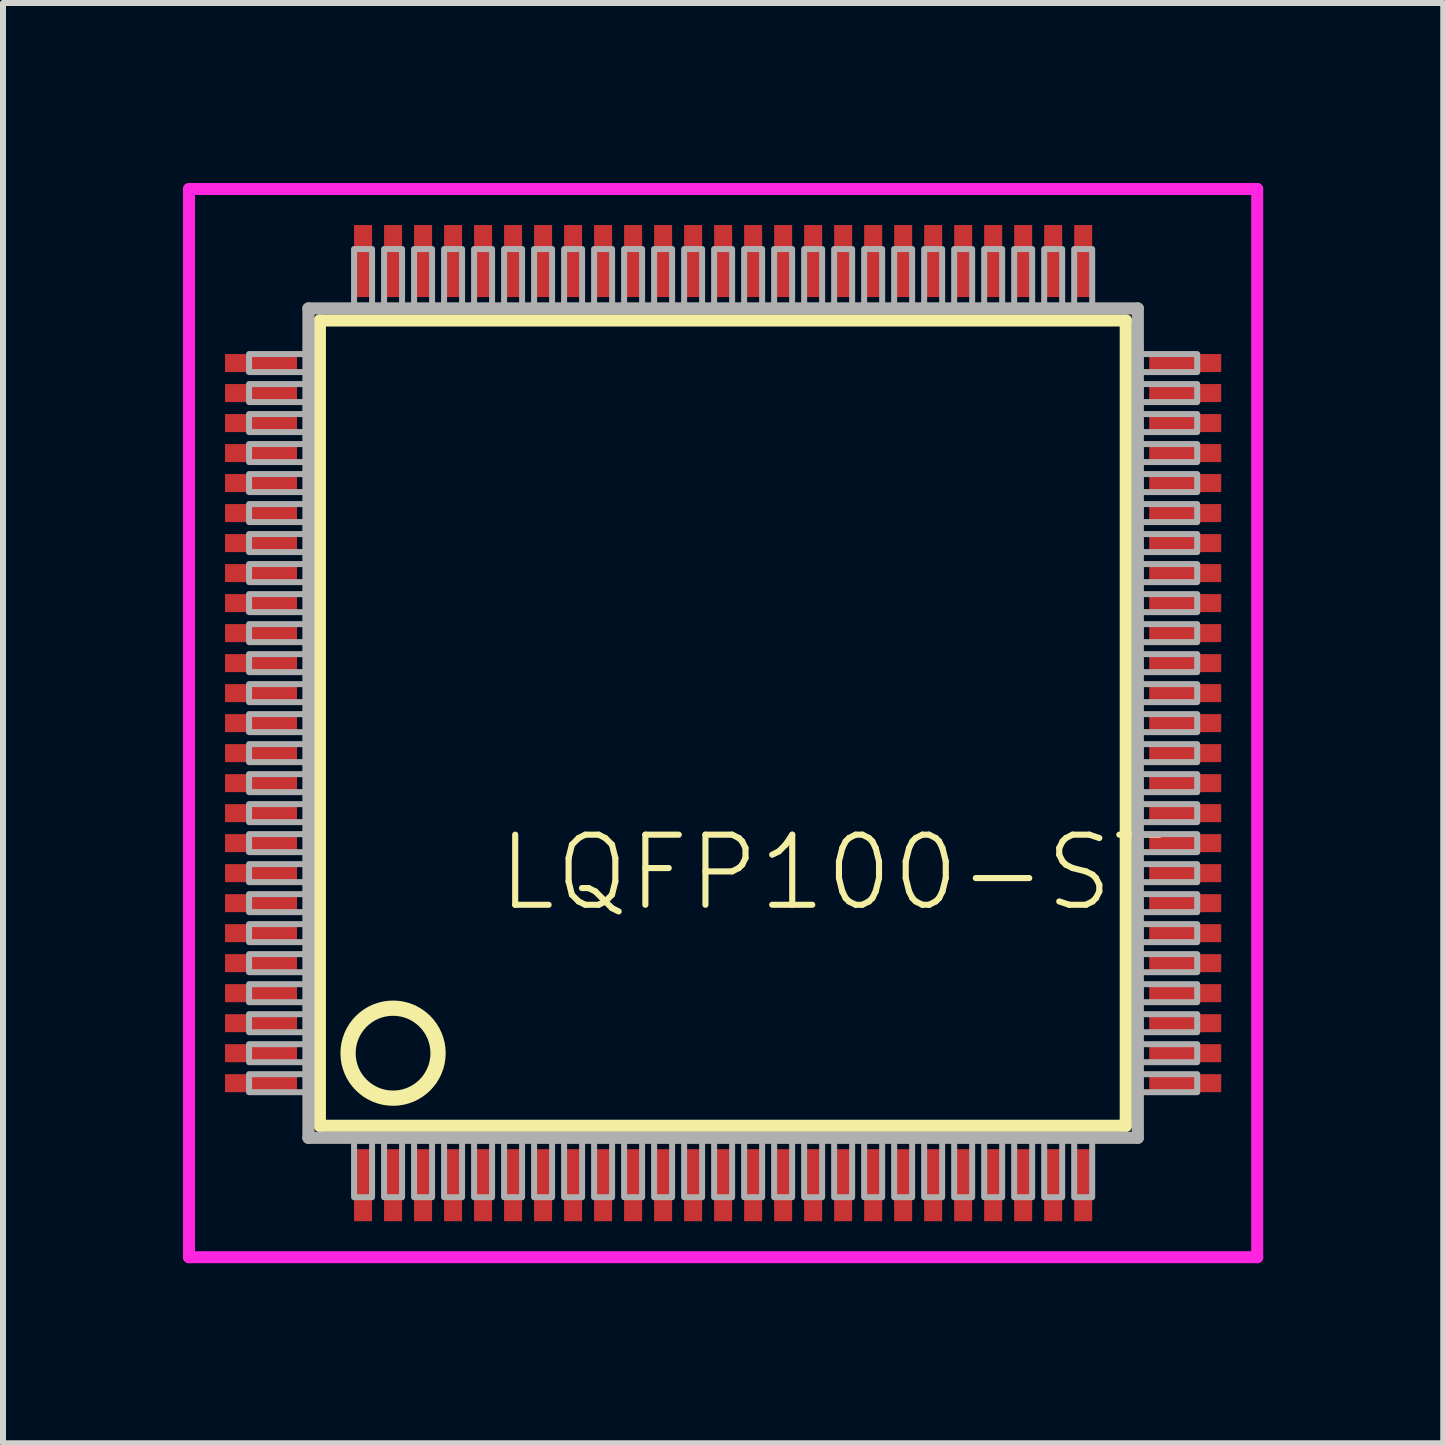
<source format=kicad_pcb>
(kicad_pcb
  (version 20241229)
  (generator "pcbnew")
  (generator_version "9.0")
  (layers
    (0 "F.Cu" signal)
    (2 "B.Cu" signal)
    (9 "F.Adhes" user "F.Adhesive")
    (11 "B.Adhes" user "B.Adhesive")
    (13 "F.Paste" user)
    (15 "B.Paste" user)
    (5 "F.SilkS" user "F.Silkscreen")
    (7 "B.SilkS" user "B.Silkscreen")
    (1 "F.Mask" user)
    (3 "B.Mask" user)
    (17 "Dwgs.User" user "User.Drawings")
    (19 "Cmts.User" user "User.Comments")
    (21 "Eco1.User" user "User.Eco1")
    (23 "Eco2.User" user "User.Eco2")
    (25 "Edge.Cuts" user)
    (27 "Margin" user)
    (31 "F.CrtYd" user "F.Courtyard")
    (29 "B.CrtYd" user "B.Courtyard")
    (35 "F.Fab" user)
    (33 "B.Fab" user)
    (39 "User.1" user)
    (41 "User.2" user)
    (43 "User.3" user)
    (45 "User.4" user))
  (footprint "LQFP100-ST"
    (layer "F.Cu")
    (at 9 9)
    (property "Reference" "LQFP100-ST" (at -3.81 3.175 0) (unlocked yes) (layer "F.SilkS") (effects (font (size 1.168 1.168) (thickness 0.102)) (justify left bottom)))
    (fp_poly (pts (xy -7.05 -5.8) (xy -7.05 -6.2) (xy -8.35 -6.2) (xy -8.35 -5.8)) (stroke (width 0) (type default)) (fill yes) (layer "F.Mask"))
    (fp_poly (pts (xy -7.05 -5.3) (xy -7.05 -5.7) (xy -8.35 -5.7) (xy -8.35 -5.3)) (stroke (width 0) (type default)) (fill yes) (layer "F.Mask"))
    (fp_poly (pts (xy -7.05 -4.8) (xy -7.05 -5.2) (xy -8.35 -5.2) (xy -8.35 -4.8)) (stroke (width 0) (type default)) (fill yes) (layer "F.Mask"))
    (fp_poly (pts (xy -7.05 -4.3) (xy -7.05 -4.7) (xy -8.35 -4.7) (xy -8.35 -4.3)) (stroke (width 0) (type default)) (fill yes) (layer "F.Mask"))
    (fp_poly (pts (xy -7.05 -3.8) (xy -7.05 -4.2) (xy -8.35 -4.2) (xy -8.35 -3.8)) (stroke (width 0) (type default)) (fill yes) (layer "F.Mask"))
    (fp_poly (pts (xy -7.05 -3.3) (xy -7.05 -3.7) (xy -8.35 -3.7) (xy -8.35 -3.3)) (stroke (width 0) (type default)) (fill yes) (layer "F.Mask"))
    (fp_poly (pts (xy -7.05 -2.8) (xy -7.05 -3.2) (xy -8.35 -3.2) (xy -8.35 -2.8)) (stroke (width 0) (type default)) (fill yes) (layer "F.Mask"))
    (fp_poly (pts (xy -7.05 -2.3) (xy -7.05 -2.7) (xy -8.35 -2.7) (xy -8.35 -2.3)) (stroke (width 0) (type default)) (fill yes) (layer "F.Mask"))
    (fp_poly (pts (xy -7.05 -1.8) (xy -7.05 -2.2) (xy -8.35 -2.2) (xy -8.35 -1.8)) (stroke (width 0) (type default)) (fill yes) (layer "F.Mask"))
    (fp_poly (pts (xy -7.05 -1.3) (xy -7.05 -1.7) (xy -8.35 -1.7) (xy -8.35 -1.3)) (stroke (width 0) (type default)) (fill yes) (layer "F.Mask"))
    (fp_poly (pts (xy -7.05 -0.8) (xy -7.05 -1.2) (xy -8.35 -1.2) (xy -8.35 -0.8)) (stroke (width 0) (type default)) (fill yes) (layer "F.Mask"))
    (fp_poly (pts (xy -7.05 -0.3) (xy -7.05 -0.7) (xy -8.35 -0.7) (xy -8.35 -0.3)) (stroke (width 0) (type default)) (fill yes) (layer "F.Mask"))
    (fp_poly (pts (xy -7.05 0.2) (xy -7.05 -0.2) (xy -8.35 -0.2) (xy -8.35 0.2)) (stroke (width 0) (type default)) (fill yes) (layer "F.Mask"))
    (fp_poly (pts (xy -7.05 0.7) (xy -7.05 0.3) (xy -8.35 0.3) (xy -8.35 0.7)) (stroke (width 0) (type default)) (fill yes) (layer "F.Mask"))
    (fp_poly (pts (xy -7.05 1.2) (xy -7.05 0.8) (xy -8.35 0.8) (xy -8.35 1.2)) (stroke (width 0) (type default)) (fill yes) (layer "F.Mask"))
    (fp_poly (pts (xy -7.05 1.7) (xy -7.05 1.3) (xy -8.35 1.3) (xy -8.35 1.7)) (stroke (width 0) (type default)) (fill yes) (layer "F.Mask"))
    (fp_poly (pts (xy -7.05 2.2) (xy -7.05 1.8) (xy -8.35 1.8) (xy -8.35 2.2)) (stroke (width 0) (type default)) (fill yes) (layer "F.Mask"))
    (fp_poly (pts (xy -7.05 2.7) (xy -7.05 2.3) (xy -8.35 2.3) (xy -8.35 2.7)) (stroke (width 0) (type default)) (fill yes) (layer "F.Mask"))
    (fp_poly (pts (xy -7.05 3.2) (xy -7.05 2.8) (xy -8.35 2.8) (xy -8.35 3.2)) (stroke (width 0) (type default)) (fill yes) (layer "F.Mask"))
    (fp_poly (pts (xy -7.05 3.7) (xy -7.05 3.3) (xy -8.35 3.3) (xy -8.35 3.7)) (stroke (width 0) (type default)) (fill yes) (layer "F.Mask"))
    (fp_poly (pts (xy -7.05 4.2) (xy -7.05 3.8) (xy -8.35 3.8) (xy -8.35 4.2)) (stroke (width 0) (type default)) (fill yes) (layer "F.Mask"))
    (fp_poly (pts (xy -7.05 4.7) (xy -7.05 4.3) (xy -8.35 4.3) (xy -8.35 4.7)) (stroke (width 0) (type default)) (fill yes) (layer "F.Mask"))
    (fp_poly (pts (xy -7.05 5.2) (xy -7.05 4.8) (xy -8.35 4.8) (xy -8.35 5.2)) (stroke (width 0) (type default)) (fill yes) (layer "F.Mask"))
    (fp_poly (pts (xy -7.05 5.7) (xy -7.05 5.3) (xy -8.35 5.3) (xy -8.35 5.7)) (stroke (width 0) (type default)) (fill yes) (layer "F.Mask"))
    (fp_poly (pts (xy -7.05 6.2) (xy -7.05 5.8) (xy -8.35 5.8) (xy -8.35 6.2)) (stroke (width 0) (type default)) (fill yes) (layer "F.Mask"))
    (fp_poly (pts (xy -6.2 -7.05) (xy -5.8 -7.05) (xy -5.8 -8.35) (xy -6.2 -8.35)) (stroke (width 0) (type default)) (fill yes) (layer "F.Mask"))
    (fp_poly (pts (xy -6.2 8.35) (xy -5.8 8.35) (xy -5.8 7.05) (xy -6.2 7.05)) (stroke (width 0) (type default)) (fill yes) (layer "F.Mask"))
    (fp_poly (pts (xy -5.7 -7.05) (xy -5.3 -7.05) (xy -5.3 -8.35) (xy -5.7 -8.35)) (stroke (width 0) (type default)) (fill yes) (layer "F.Mask"))
    (fp_poly (pts (xy -5.7 8.35) (xy -5.3 8.35) (xy -5.3 7.05) (xy -5.7 7.05)) (stroke (width 0) (type default)) (fill yes) (layer "F.Mask"))
    (fp_poly (pts (xy -5.2 -7.05) (xy -4.8 -7.05) (xy -4.8 -8.35) (xy -5.2 -8.35)) (stroke (width 0) (type default)) (fill yes) (layer "F.Mask"))
    (fp_poly (pts (xy -5.2 8.35) (xy -4.8 8.35) (xy -4.8 7.05) (xy -5.2 7.05)) (stroke (width 0) (type default)) (fill yes) (layer "F.Mask"))
    (fp_poly (pts (xy -4.7 -7.05) (xy -4.3 -7.05) (xy -4.3 -8.35) (xy -4.7 -8.35)) (stroke (width 0) (type default)) (fill yes) (layer "F.Mask"))
    (fp_poly (pts (xy -4.7 8.35) (xy -4.3 8.35) (xy -4.3 7.05) (xy -4.7 7.05)) (stroke (width 0) (type default)) (fill yes) (layer "F.Mask"))
    (fp_poly (pts (xy -4.2 -7.05) (xy -3.8 -7.05) (xy -3.8 -8.35) (xy -4.2 -8.35)) (stroke (width 0) (type default)) (fill yes) (layer "F.Mask"))
    (fp_poly (pts (xy -4.2 8.35) (xy -3.8 8.35) (xy -3.8 7.05) (xy -4.2 7.05)) (stroke (width 0) (type default)) (fill yes) (layer "F.Mask"))
    (fp_poly (pts (xy -3.7 -7.05) (xy -3.3 -7.05) (xy -3.3 -8.35) (xy -3.7 -8.35)) (stroke (width 0) (type default)) (fill yes) (layer "F.Mask"))
    (fp_poly (pts (xy -3.7 8.35) (xy -3.3 8.35) (xy -3.3 7.05) (xy -3.7 7.05)) (stroke (width 0) (type default)) (fill yes) (layer "F.Mask"))
    (fp_poly (pts (xy -3.2 -7.05) (xy -2.8 -7.05) (xy -2.8 -8.35) (xy -3.2 -8.35)) (stroke (width 0) (type default)) (fill yes) (layer "F.Mask"))
    (fp_poly (pts (xy -3.2 8.35) (xy -2.8 8.35) (xy -2.8 7.05) (xy -3.2 7.05)) (stroke (width 0) (type default)) (fill yes) (layer "F.Mask"))
    (fp_poly (pts (xy -2.7 -7.05) (xy -2.3 -7.05) (xy -2.3 -8.35) (xy -2.7 -8.35)) (stroke (width 0) (type default)) (fill yes) (layer "F.Mask"))
    (fp_poly (pts (xy -2.7 8.35) (xy -2.3 8.35) (xy -2.3 7.05) (xy -2.7 7.05)) (stroke (width 0) (type default)) (fill yes) (layer "F.Mask"))
    (fp_poly (pts (xy -2.2 -7.05) (xy -1.8 -7.05) (xy -1.8 -8.35) (xy -2.2 -8.35)) (stroke (width 0) (type default)) (fill yes) (layer "F.Mask"))
    (fp_poly (pts (xy -2.2 8.35) (xy -1.8 8.35) (xy -1.8 7.05) (xy -2.2 7.05)) (stroke (width 0) (type default)) (fill yes) (layer "F.Mask"))
    (fp_poly (pts (xy -1.7 -7.05) (xy -1.3 -7.05) (xy -1.3 -8.35) (xy -1.7 -8.35)) (stroke (width 0) (type default)) (fill yes) (layer "F.Mask"))
    (fp_poly (pts (xy -1.7 8.35) (xy -1.3 8.35) (xy -1.3 7.05) (xy -1.7 7.05)) (stroke (width 0) (type default)) (fill yes) (layer "F.Mask"))
    (fp_poly (pts (xy -1.2 -7.05) (xy -0.8 -7.05) (xy -0.8 -8.35) (xy -1.2 -8.35)) (stroke (width 0) (type default)) (fill yes) (layer "F.Mask"))
    (fp_poly (pts (xy -1.2 8.35) (xy -0.8 8.35) (xy -0.8 7.05) (xy -1.2 7.05)) (stroke (width 0) (type default)) (fill yes) (layer "F.Mask"))
    (fp_poly (pts (xy -0.7 -7.05) (xy -0.3 -7.05) (xy -0.3 -8.35) (xy -0.7 -8.35)) (stroke (width 0) (type default)) (fill yes) (layer "F.Mask"))
    (fp_poly (pts (xy -0.7 8.35) (xy -0.3 8.35) (xy -0.3 7.05) (xy -0.7 7.05)) (stroke (width 0) (type default)) (fill yes) (layer "F.Mask"))
    (fp_poly (pts (xy -0.2 -7.05) (xy 0.2 -7.05) (xy 0.2 -8.35) (xy -0.2 -8.35)) (stroke (width 0) (type default)) (fill yes) (layer "F.Mask"))
    (fp_poly (pts (xy -0.2 8.35) (xy 0.2 8.35) (xy 0.2 7.05) (xy -0.2 7.05)) (stroke (width 0) (type default)) (fill yes) (layer "F.Mask"))
    (fp_poly (pts (xy 0.3 -7.05) (xy 0.7 -7.05) (xy 0.7 -8.35) (xy 0.3 -8.35)) (stroke (width 0) (type default)) (fill yes) (layer "F.Mask"))
    (fp_poly (pts (xy 0.3 8.35) (xy 0.7 8.35) (xy 0.7 7.05) (xy 0.3 7.05)) (stroke (width 0) (type default)) (fill yes) (layer "F.Mask"))
    (fp_poly (pts (xy 0.8 -7.05) (xy 1.2 -7.05) (xy 1.2 -8.35) (xy 0.8 -8.35)) (stroke (width 0) (type default)) (fill yes) (layer "F.Mask"))
    (fp_poly (pts (xy 0.8 8.35) (xy 1.2 8.35) (xy 1.2 7.05) (xy 0.8 7.05)) (stroke (width 0) (type default)) (fill yes) (layer "F.Mask"))
    (fp_poly (pts (xy 1.3 -7.05) (xy 1.7 -7.05) (xy 1.7 -8.35) (xy 1.3 -8.35)) (stroke (width 0) (type default)) (fill yes) (layer "F.Mask"))
    (fp_poly (pts (xy 1.3 8.35) (xy 1.7 8.35) (xy 1.7 7.05) (xy 1.3 7.05)) (stroke (width 0) (type default)) (fill yes) (layer "F.Mask"))
    (fp_poly (pts (xy 1.8 -7.05) (xy 2.2 -7.05) (xy 2.2 -8.35) (xy 1.8 -8.35)) (stroke (width 0) (type default)) (fill yes) (layer "F.Mask"))
    (fp_poly (pts (xy 1.8 8.35) (xy 2.2 8.35) (xy 2.2 7.05) (xy 1.8 7.05)) (stroke (width 0) (type default)) (fill yes) (layer "F.Mask"))
    (fp_poly (pts (xy 2.3 -7.05) (xy 2.7 -7.05) (xy 2.7 -8.35) (xy 2.3 -8.35)) (stroke (width 0) (type default)) (fill yes) (layer "F.Mask"))
    (fp_poly (pts (xy 2.3 8.35) (xy 2.7 8.35) (xy 2.7 7.05) (xy 2.3 7.05)) (stroke (width 0) (type default)) (fill yes) (layer "F.Mask"))
    (fp_poly (pts (xy 2.8 -7.05) (xy 3.2 -7.05) (xy 3.2 -8.35) (xy 2.8 -8.35)) (stroke (width 0) (type default)) (fill yes) (layer "F.Mask"))
    (fp_poly (pts (xy 2.8 8.35) (xy 3.2 8.35) (xy 3.2 7.05) (xy 2.8 7.05)) (stroke (width 0) (type default)) (fill yes) (layer "F.Mask"))
    (fp_poly (pts (xy 3.3 -7.05) (xy 3.7 -7.05) (xy 3.7 -8.35) (xy 3.3 -8.35)) (stroke (width 0) (type default)) (fill yes) (layer "F.Mask"))
    (fp_poly (pts (xy 3.3 8.35) (xy 3.7 8.35) (xy 3.7 7.05) (xy 3.3 7.05)) (stroke (width 0) (type default)) (fill yes) (layer "F.Mask"))
    (fp_poly (pts (xy 3.8 -7.05) (xy 4.2 -7.05) (xy 4.2 -8.35) (xy 3.8 -8.35)) (stroke (width 0) (type default)) (fill yes) (layer "F.Mask"))
    (fp_poly (pts (xy 3.8 8.35) (xy 4.2 8.35) (xy 4.2 7.05) (xy 3.8 7.05)) (stroke (width 0) (type default)) (fill yes) (layer "F.Mask"))
    (fp_poly (pts (xy 4.3 -7.05) (xy 4.7 -7.05) (xy 4.7 -8.35) (xy 4.3 -8.35)) (stroke (width 0) (type default)) (fill yes) (layer "F.Mask"))
    (fp_poly (pts (xy 4.3 8.35) (xy 4.7 8.35) (xy 4.7 7.05) (xy 4.3 7.05)) (stroke (width 0) (type default)) (fill yes) (layer "F.Mask"))
    (fp_poly (pts (xy 4.8 -7.05) (xy 5.2 -7.05) (xy 5.2 -8.35) (xy 4.8 -8.35)) (stroke (width 0) (type default)) (fill yes) (layer "F.Mask"))
    (fp_poly (pts (xy 4.8 8.35) (xy 5.2 8.35) (xy 5.2 7.05) (xy 4.8 7.05)) (stroke (width 0) (type default)) (fill yes) (layer "F.Mask"))
    (fp_poly (pts (xy 5.3 -7.05) (xy 5.7 -7.05) (xy 5.7 -8.35) (xy 5.3 -8.35)) (stroke (width 0) (type default)) (fill yes) (layer "F.Mask"))
    (fp_poly (pts (xy 5.3 8.35) (xy 5.7 8.35) (xy 5.7 7.05) (xy 5.3 7.05)) (stroke (width 0) (type default)) (fill yes) (layer "F.Mask"))
    (fp_poly (pts (xy 5.8 -7.05) (xy 6.2 -7.05) (xy 6.2 -8.35) (xy 5.8 -8.35)) (stroke (width 0) (type default)) (fill yes) (layer "F.Mask"))
    (fp_poly (pts (xy 5.8 8.35) (xy 6.2 8.35) (xy 6.2 7.05) (xy 5.8 7.05)) (stroke (width 0) (type default)) (fill yes) (layer "F.Mask"))
    (fp_poly (pts (xy 8.35 -5.8) (xy 8.35 -6.2) (xy 7.05 -6.2) (xy 7.05 -5.8)) (stroke (width 0) (type default)) (fill yes) (layer "F.Mask"))
    (fp_poly (pts (xy 8.35 -5.3) (xy 8.35 -5.7) (xy 7.05 -5.7) (xy 7.05 -5.3)) (stroke (width 0) (type default)) (fill yes) (layer "F.Mask"))
    (fp_poly (pts (xy 8.35 -4.8) (xy 8.35 -5.2) (xy 7.05 -5.2) (xy 7.05 -4.8)) (stroke (width 0) (type default)) (fill yes) (layer "F.Mask"))
    (fp_poly (pts (xy 8.35 -4.3) (xy 8.35 -4.7) (xy 7.05 -4.7) (xy 7.05 -4.3)) (stroke (width 0) (type default)) (fill yes) (layer "F.Mask"))
    (fp_poly (pts (xy 8.35 -3.8) (xy 8.35 -4.2) (xy 7.05 -4.2) (xy 7.05 -3.8)) (stroke (width 0) (type default)) (fill yes) (layer "F.Mask"))
    (fp_poly (pts (xy 8.35 -3.3) (xy 8.35 -3.7) (xy 7.05 -3.7) (xy 7.05 -3.3)) (stroke (width 0) (type default)) (fill yes) (layer "F.Mask"))
    (fp_poly (pts (xy 8.35 -2.8) (xy 8.35 -3.2) (xy 7.05 -3.2) (xy 7.05 -2.8)) (stroke (width 0) (type default)) (fill yes) (layer "F.Mask"))
    (fp_poly (pts (xy 8.35 -2.3) (xy 8.35 -2.7) (xy 7.05 -2.7) (xy 7.05 -2.3)) (stroke (width 0) (type default)) (fill yes) (layer "F.Mask"))
    (fp_poly (pts (xy 8.35 -1.8) (xy 8.35 -2.2) (xy 7.05 -2.2) (xy 7.05 -1.8)) (stroke (width 0) (type default)) (fill yes) (layer "F.Mask"))
    (fp_poly (pts (xy 8.35 -1.3) (xy 8.35 -1.7) (xy 7.05 -1.7) (xy 7.05 -1.3)) (stroke (width 0) (type default)) (fill yes) (layer "F.Mask"))
    (fp_poly (pts (xy 8.35 -0.8) (xy 8.35 -1.2) (xy 7.05 -1.2) (xy 7.05 -0.8)) (stroke (width 0) (type default)) (fill yes) (layer "F.Mask"))
    (fp_poly (pts (xy 8.35 -0.3) (xy 8.35 -0.7) (xy 7.05 -0.7) (xy 7.05 -0.3)) (stroke (width 0) (type default)) (fill yes) (layer "F.Mask"))
    (fp_poly (pts (xy 8.35 0.2) (xy 8.35 -0.2) (xy 7.05 -0.2) (xy 7.05 0.2)) (stroke (width 0) (type default)) (fill yes) (layer "F.Mask"))
    (fp_poly (pts (xy 8.35 0.7) (xy 8.35 0.3) (xy 7.05 0.3) (xy 7.05 0.7)) (stroke (width 0) (type default)) (fill yes) (layer "F.Mask"))
    (fp_poly (pts (xy 8.35 1.2) (xy 8.35 0.8) (xy 7.05 0.8) (xy 7.05 1.2)) (stroke (width 0) (type default)) (fill yes) (layer "F.Mask"))
    (fp_poly (pts (xy 8.35 1.7) (xy 8.35 1.3) (xy 7.05 1.3) (xy 7.05 1.7)) (stroke (width 0) (type default)) (fill yes) (layer "F.Mask"))
    (fp_poly (pts (xy 8.35 2.2) (xy 8.35 1.8) (xy 7.05 1.8) (xy 7.05 2.2)) (stroke (width 0) (type default)) (fill yes) (layer "F.Mask"))
    (fp_poly (pts (xy 8.35 2.7) (xy 8.35 2.3) (xy 7.05 2.3) (xy 7.05 2.7)) (stroke (width 0) (type default)) (fill yes) (layer "F.Mask"))
    (fp_poly (pts (xy 8.35 3.2) (xy 8.35 2.8) (xy 7.05 2.8) (xy 7.05 3.2)) (stroke (width 0) (type default)) (fill yes) (layer "F.Mask"))
    (fp_poly (pts (xy 8.35 3.7) (xy 8.35 3.3) (xy 7.05 3.3) (xy 7.05 3.7)) (stroke (width 0) (type default)) (fill yes) (layer "F.Mask"))
    (fp_poly (pts (xy 8.35 4.2) (xy 8.35 3.8) (xy 7.05 3.8) (xy 7.05 4.2)) (stroke (width 0) (type default)) (fill yes) (layer "F.Mask"))
    (fp_poly (pts (xy 8.35 4.7) (xy 8.35 4.3) (xy 7.05 4.3) (xy 7.05 4.7)) (stroke (width 0) (type default)) (fill yes) (layer "F.Mask"))
    (fp_poly (pts (xy 8.35 5.2) (xy 8.35 4.8) (xy 7.05 4.8) (xy 7.05 5.2)) (stroke (width 0) (type default)) (fill yes) (layer "F.Mask"))
    (fp_poly (pts (xy 8.35 5.7) (xy 8.35 5.3) (xy 7.05 5.3) (xy 7.05 5.7)) (stroke (width 0) (type default)) (fill yes) (layer "F.Mask"))
    (fp_poly (pts (xy 8.35 6.2) (xy 8.35 5.8) (xy 7.05 5.8) (xy 7.05 6.2)) (stroke (width 0) (type default)) (fill yes) (layer "F.Mask"))
    (fp_line (start -6.72 -6.71) (end 6.71 -6.71) (stroke (width 0.203) (type solid)) (layer "F.SilkS"))
    (fp_line (start -6.72 6.71) (end -6.72 -6.71) (stroke (width 0.203) (type solid)) (layer "F.SilkS"))
    (fp_line (start 6.71 -6.71) (end 6.71 6.71) (stroke (width 0.203) (type solid)) (layer "F.SilkS"))
    (fp_line (start 6.71 6.71) (end -6.72 6.71) (stroke (width 0.203) (type solid)) (layer "F.SilkS"))
    (fp_circle (center -5.5 5.5) (end -4.75 5.5) (stroke (width 0.254) (type solid)) (fill no) (layer "F.SilkS"))
    (fp_poly (pts (xy -7.125 -5.875) (xy -7.125 -6.125) (xy -8.275 -6.125) (xy -8.275 -5.875)) (stroke (width 0) (type default)) (fill yes) (layer "F.Paste"))
    (fp_poly (pts (xy -7.125 -5.375) (xy -7.125 -5.625) (xy -8.275 -5.625) (xy -8.275 -5.375)) (stroke (width 0) (type default)) (fill yes) (layer "F.Paste"))
    (fp_poly (pts (xy -7.125 -4.875) (xy -7.125 -5.125) (xy -8.275 -5.125) (xy -8.275 -4.875)) (stroke (width 0) (type default)) (fill yes) (layer "F.Paste"))
    (fp_poly (pts (xy -7.125 -4.375) (xy -7.125 -4.625) (xy -8.275 -4.625) (xy -8.275 -4.375)) (stroke (width 0) (type default)) (fill yes) (layer "F.Paste"))
    (fp_poly (pts (xy -7.125 -3.875) (xy -7.125 -4.125) (xy -8.275 -4.125) (xy -8.275 -3.875)) (stroke (width 0) (type default)) (fill yes) (layer "F.Paste"))
    (fp_poly (pts (xy -7.125 -3.375) (xy -7.125 -3.625) (xy -8.275 -3.625) (xy -8.275 -3.375)) (stroke (width 0) (type default)) (fill yes) (layer "F.Paste"))
    (fp_poly (pts (xy -7.125 -2.875) (xy -7.125 -3.125) (xy -8.275 -3.125) (xy -8.275 -2.875)) (stroke (width 0) (type default)) (fill yes) (layer "F.Paste"))
    (fp_poly (pts (xy -7.125 -2.375) (xy -7.125 -2.625) (xy -8.275 -2.625) (xy -8.275 -2.375)) (stroke (width 0) (type default)) (fill yes) (layer "F.Paste"))
    (fp_poly (pts (xy -7.125 -1.875) (xy -7.125 -2.125) (xy -8.275 -2.125) (xy -8.275 -1.875)) (stroke (width 0) (type default)) (fill yes) (layer "F.Paste"))
    (fp_poly (pts (xy -7.125 -1.375) (xy -7.125 -1.625) (xy -8.275 -1.625) (xy -8.275 -1.375)) (stroke (width 0) (type default)) (fill yes) (layer "F.Paste"))
    (fp_poly (pts (xy -7.125 -0.875) (xy -7.125 -1.125) (xy -8.275 -1.125) (xy -8.275 -0.875)) (stroke (width 0) (type default)) (fill yes) (layer "F.Paste"))
    (fp_poly (pts (xy -7.125 -0.375) (xy -7.125 -0.625) (xy -8.275 -0.625) (xy -8.275 -0.375)) (stroke (width 0) (type default)) (fill yes) (layer "F.Paste"))
    (fp_poly (pts (xy -7.125 0.125) (xy -7.125 -0.125) (xy -8.275 -0.125) (xy -8.275 0.125)) (stroke (width 0) (type default)) (fill yes) (layer "F.Paste"))
    (fp_poly (pts (xy -7.125 0.625) (xy -7.125 0.375) (xy -8.275 0.375) (xy -8.275 0.625)) (stroke (width 0) (type default)) (fill yes) (layer "F.Paste"))
    (fp_poly (pts (xy -7.125 1.125) (xy -7.125 0.875) (xy -8.275 0.875) (xy -8.275 1.125)) (stroke (width 0) (type default)) (fill yes) (layer "F.Paste"))
    (fp_poly (pts (xy -7.125 1.625) (xy -7.125 1.375) (xy -8.275 1.375) (xy -8.275 1.625)) (stroke (width 0) (type default)) (fill yes) (layer "F.Paste"))
    (fp_poly (pts (xy -7.125 2.125) (xy -7.125 1.875) (xy -8.275 1.875) (xy -8.275 2.125)) (stroke (width 0) (type default)) (fill yes) (layer "F.Paste"))
    (fp_poly (pts (xy -7.125 2.625) (xy -7.125 2.375) (xy -8.275 2.375) (xy -8.275 2.625)) (stroke (width 0) (type default)) (fill yes) (layer "F.Paste"))
    (fp_poly (pts (xy -7.125 3.125) (xy -7.125 2.875) (xy -8.275 2.875) (xy -8.275 3.125)) (stroke (width 0) (type default)) (fill yes) (layer "F.Paste"))
    (fp_poly (pts (xy -7.125 3.625) (xy -7.125 3.375) (xy -8.275 3.375) (xy -8.275 3.625)) (stroke (width 0) (type default)) (fill yes) (layer "F.Paste"))
    (fp_poly (pts (xy -7.125 4.125) (xy -7.125 3.875) (xy -8.275 3.875) (xy -8.275 4.125)) (stroke (width 0) (type default)) (fill yes) (layer "F.Paste"))
    (fp_poly (pts (xy -7.125 4.625) (xy -7.125 4.375) (xy -8.275 4.375) (xy -8.275 4.625)) (stroke (width 0) (type default)) (fill yes) (layer "F.Paste"))
    (fp_poly (pts (xy -7.125 5.125) (xy -7.125 4.875) (xy -8.275 4.875) (xy -8.275 5.125)) (stroke (width 0) (type default)) (fill yes) (layer "F.Paste"))
    (fp_poly (pts (xy -7.125 5.625) (xy -7.125 5.375) (xy -8.275 5.375) (xy -8.275 5.625)) (stroke (width 0) (type default)) (fill yes) (layer "F.Paste"))
    (fp_poly (pts (xy -7.125 6.125) (xy -7.125 5.875) (xy -8.275 5.875) (xy -8.275 6.125)) (stroke (width 0) (type default)) (fill yes) (layer "F.Paste"))
    (fp_poly (pts (xy -6.125 -7.125) (xy -5.875 -7.125) (xy -5.875 -8.275) (xy -6.125 -8.275)) (stroke (width 0) (type default)) (fill yes) (layer "F.Paste"))
    (fp_poly (pts (xy -6.125 8.275) (xy -5.875 8.275) (xy -5.875 7.125) (xy -6.125 7.125)) (stroke (width 0) (type default)) (fill yes) (layer "F.Paste"))
    (fp_poly (pts (xy -5.625 -7.125) (xy -5.375 -7.125) (xy -5.375 -8.275) (xy -5.625 -8.275)) (stroke (width 0) (type default)) (fill yes) (layer "F.Paste"))
    (fp_poly (pts (xy -5.625 8.275) (xy -5.375 8.275) (xy -5.375 7.125) (xy -5.625 7.125)) (stroke (width 0) (type default)) (fill yes) (layer "F.Paste"))
    (fp_poly (pts (xy -5.125 -7.125) (xy -4.875 -7.125) (xy -4.875 -8.275) (xy -5.125 -8.275)) (stroke (width 0) (type default)) (fill yes) (layer "F.Paste"))
    (fp_poly (pts (xy -5.125 8.275) (xy -4.875 8.275) (xy -4.875 7.125) (xy -5.125 7.125)) (stroke (width 0) (type default)) (fill yes) (layer "F.Paste"))
    (fp_poly (pts (xy -4.625 -7.125) (xy -4.375 -7.125) (xy -4.375 -8.275) (xy -4.625 -8.275)) (stroke (width 0) (type default)) (fill yes) (layer "F.Paste"))
    (fp_poly (pts (xy -4.625 8.275) (xy -4.375 8.275) (xy -4.375 7.125) (xy -4.625 7.125)) (stroke (width 0) (type default)) (fill yes) (layer "F.Paste"))
    (fp_poly (pts (xy -4.125 -7.125) (xy -3.875 -7.125) (xy -3.875 -8.275) (xy -4.125 -8.275)) (stroke (width 0) (type default)) (fill yes) (layer "F.Paste"))
    (fp_poly (pts (xy -4.125 8.275) (xy -3.875 8.275) (xy -3.875 7.125) (xy -4.125 7.125)) (stroke (width 0) (type default)) (fill yes) (layer "F.Paste"))
    (fp_poly (pts (xy -3.625 -7.125) (xy -3.375 -7.125) (xy -3.375 -8.275) (xy -3.625 -8.275)) (stroke (width 0) (type default)) (fill yes) (layer "F.Paste"))
    (fp_poly (pts (xy -3.625 8.275) (xy -3.375 8.275) (xy -3.375 7.125) (xy -3.625 7.125)) (stroke (width 0) (type default)) (fill yes) (layer "F.Paste"))
    (fp_poly (pts (xy -3.125 -7.125) (xy -2.875 -7.125) (xy -2.875 -8.275) (xy -3.125 -8.275)) (stroke (width 0) (type default)) (fill yes) (layer "F.Paste"))
    (fp_poly (pts (xy -3.125 8.275) (xy -2.875 8.275) (xy -2.875 7.125) (xy -3.125 7.125)) (stroke (width 0) (type default)) (fill yes) (layer "F.Paste"))
    (fp_poly (pts (xy -2.625 -7.125) (xy -2.375 -7.125) (xy -2.375 -8.275) (xy -2.625 -8.275)) (stroke (width 0) (type default)) (fill yes) (layer "F.Paste"))
    (fp_poly (pts (xy -2.625 8.275) (xy -2.375 8.275) (xy -2.375 7.125) (xy -2.625 7.125)) (stroke (width 0) (type default)) (fill yes) (layer "F.Paste"))
    (fp_poly (pts (xy -2.125 -7.125) (xy -1.875 -7.125) (xy -1.875 -8.275) (xy -2.125 -8.275)) (stroke (width 0) (type default)) (fill yes) (layer "F.Paste"))
    (fp_poly (pts (xy -2.125 8.275) (xy -1.875 8.275) (xy -1.875 7.125) (xy -2.125 7.125)) (stroke (width 0) (type default)) (fill yes) (layer "F.Paste"))
    (fp_poly (pts (xy -1.625 -7.125) (xy -1.375 -7.125) (xy -1.375 -8.275) (xy -1.625 -8.275)) (stroke (width 0) (type default)) (fill yes) (layer "F.Paste"))
    (fp_poly (pts (xy -1.625 8.275) (xy -1.375 8.275) (xy -1.375 7.125) (xy -1.625 7.125)) (stroke (width 0) (type default)) (fill yes) (layer "F.Paste"))
    (fp_poly (pts (xy -1.125 -7.125) (xy -0.875 -7.125) (xy -0.875 -8.275) (xy -1.125 -8.275)) (stroke (width 0) (type default)) (fill yes) (layer "F.Paste"))
    (fp_poly (pts (xy -1.125 8.275) (xy -0.875 8.275) (xy -0.875 7.125) (xy -1.125 7.125)) (stroke (width 0) (type default)) (fill yes) (layer "F.Paste"))
    (fp_poly (pts (xy -0.625 -7.125) (xy -0.375 -7.125) (xy -0.375 -8.275) (xy -0.625 -8.275)) (stroke (width 0) (type default)) (fill yes) (layer "F.Paste"))
    (fp_poly (pts (xy -0.625 8.275) (xy -0.375 8.275) (xy -0.375 7.125) (xy -0.625 7.125)) (stroke (width 0) (type default)) (fill yes) (layer "F.Paste"))
    (fp_poly (pts (xy -0.125 -7.125) (xy 0.125 -7.125) (xy 0.125 -8.275) (xy -0.125 -8.275)) (stroke (width 0) (type default)) (fill yes) (layer "F.Paste"))
    (fp_poly (pts (xy -0.125 8.275) (xy 0.125 8.275) (xy 0.125 7.125) (xy -0.125 7.125)) (stroke (width 0) (type default)) (fill yes) (layer "F.Paste"))
    (fp_poly (pts (xy 0.375 -7.125) (xy 0.625 -7.125) (xy 0.625 -8.275) (xy 0.375 -8.275)) (stroke (width 0) (type default)) (fill yes) (layer "F.Paste"))
    (fp_poly (pts (xy 0.375 8.275) (xy 0.625 8.275) (xy 0.625 7.125) (xy 0.375 7.125)) (stroke (width 0) (type default)) (fill yes) (layer "F.Paste"))
    (fp_poly (pts (xy 0.875 -7.125) (xy 1.125 -7.125) (xy 1.125 -8.275) (xy 0.875 -8.275)) (stroke (width 0) (type default)) (fill yes) (layer "F.Paste"))
    (fp_poly (pts (xy 0.875 8.275) (xy 1.125 8.275) (xy 1.125 7.125) (xy 0.875 7.125)) (stroke (width 0) (type default)) (fill yes) (layer "F.Paste"))
    (fp_poly (pts (xy 1.375 -7.125) (xy 1.625 -7.125) (xy 1.625 -8.275) (xy 1.375 -8.275)) (stroke (width 0) (type default)) (fill yes) (layer "F.Paste"))
    (fp_poly (pts (xy 1.375 8.275) (xy 1.625 8.275) (xy 1.625 7.125) (xy 1.375 7.125)) (stroke (width 0) (type default)) (fill yes) (layer "F.Paste"))
    (fp_poly (pts (xy 1.875 -7.125) (xy 2.125 -7.125) (xy 2.125 -8.275) (xy 1.875 -8.275)) (stroke (width 0) (type default)) (fill yes) (layer "F.Paste"))
    (fp_poly (pts (xy 1.875 8.275) (xy 2.125 8.275) (xy 2.125 7.125) (xy 1.875 7.125)) (stroke (width 0) (type default)) (fill yes) (layer "F.Paste"))
    (fp_poly (pts (xy 2.375 -7.125) (xy 2.625 -7.125) (xy 2.625 -8.275) (xy 2.375 -8.275)) (stroke (width 0) (type default)) (fill yes) (layer "F.Paste"))
    (fp_poly (pts (xy 2.375 8.275) (xy 2.625 8.275) (xy 2.625 7.125) (xy 2.375 7.125)) (stroke (width 0) (type default)) (fill yes) (layer "F.Paste"))
    (fp_poly (pts (xy 2.875 -7.125) (xy 3.125 -7.125) (xy 3.125 -8.275) (xy 2.875 -8.275)) (stroke (width 0) (type default)) (fill yes) (layer "F.Paste"))
    (fp_poly (pts (xy 2.875 8.275) (xy 3.125 8.275) (xy 3.125 7.125) (xy 2.875 7.125)) (stroke (width 0) (type default)) (fill yes) (layer "F.Paste"))
    (fp_poly (pts (xy 3.375 -7.125) (xy 3.625 -7.125) (xy 3.625 -8.275) (xy 3.375 -8.275)) (stroke (width 0) (type default)) (fill yes) (layer "F.Paste"))
    (fp_poly (pts (xy 3.375 8.275) (xy 3.625 8.275) (xy 3.625 7.125) (xy 3.375 7.125)) (stroke (width 0) (type default)) (fill yes) (layer "F.Paste"))
    (fp_poly (pts (xy 3.875 -7.125) (xy 4.125 -7.125) (xy 4.125 -8.275) (xy 3.875 -8.275)) (stroke (width 0) (type default)) (fill yes) (layer "F.Paste"))
    (fp_poly (pts (xy 3.875 8.275) (xy 4.125 8.275) (xy 4.125 7.125) (xy 3.875 7.125)) (stroke (width 0) (type default)) (fill yes) (layer "F.Paste"))
    (fp_poly (pts (xy 4.375 -7.125) (xy 4.625 -7.125) (xy 4.625 -8.275) (xy 4.375 -8.275)) (stroke (width 0) (type default)) (fill yes) (layer "F.Paste"))
    (fp_poly (pts (xy 4.375 8.275) (xy 4.625 8.275) (xy 4.625 7.125) (xy 4.375 7.125)) (stroke (width 0) (type default)) (fill yes) (layer "F.Paste"))
    (fp_poly (pts (xy 4.875 -7.125) (xy 5.125 -7.125) (xy 5.125 -8.275) (xy 4.875 -8.275)) (stroke (width 0) (type default)) (fill yes) (layer "F.Paste"))
    (fp_poly (pts (xy 4.875 8.275) (xy 5.125 8.275) (xy 5.125 7.125) (xy 4.875 7.125)) (stroke (width 0) (type default)) (fill yes) (layer "F.Paste"))
    (fp_poly (pts (xy 5.375 -7.125) (xy 5.625 -7.125) (xy 5.625 -8.275) (xy 5.375 -8.275)) (stroke (width 0) (type default)) (fill yes) (layer "F.Paste"))
    (fp_poly (pts (xy 5.375 8.275) (xy 5.625 8.275) (xy 5.625 7.125) (xy 5.375 7.125)) (stroke (width 0) (type default)) (fill yes) (layer "F.Paste"))
    (fp_poly (pts (xy 5.875 -7.125) (xy 6.125 -7.125) (xy 6.125 -8.275) (xy 5.875 -8.275)) (stroke (width 0) (type default)) (fill yes) (layer "F.Paste"))
    (fp_poly (pts (xy 5.875 8.275) (xy 6.125 8.275) (xy 6.125 7.125) (xy 5.875 7.125)) (stroke (width 0) (type default)) (fill yes) (layer "F.Paste"))
    (fp_poly (pts (xy 8.275 -5.875) (xy 8.275 -6.125) (xy 7.125 -6.125) (xy 7.125 -5.875)) (stroke (width 0) (type default)) (fill yes) (layer "F.Paste"))
    (fp_poly (pts (xy 8.275 -5.375) (xy 8.275 -5.625) (xy 7.125 -5.625) (xy 7.125 -5.375)) (stroke (width 0) (type default)) (fill yes) (layer "F.Paste"))
    (fp_poly (pts (xy 8.275 -4.875) (xy 8.275 -5.125) (xy 7.125 -5.125) (xy 7.125 -4.875)) (stroke (width 0) (type default)) (fill yes) (layer "F.Paste"))
    (fp_poly (pts (xy 8.275 -4.375) (xy 8.275 -4.625) (xy 7.125 -4.625) (xy 7.125 -4.375)) (stroke (width 0) (type default)) (fill yes) (layer "F.Paste"))
    (fp_poly (pts (xy 8.275 -3.875) (xy 8.275 -4.125) (xy 7.125 -4.125) (xy 7.125 -3.875)) (stroke (width 0) (type default)) (fill yes) (layer "F.Paste"))
    (fp_poly (pts (xy 8.275 -3.375) (xy 8.275 -3.625) (xy 7.125 -3.625) (xy 7.125 -3.375)) (stroke (width 0) (type default)) (fill yes) (layer "F.Paste"))
    (fp_poly (pts (xy 8.275 -2.875) (xy 8.275 -3.125) (xy 7.125 -3.125) (xy 7.125 -2.875)) (stroke (width 0) (type default)) (fill yes) (layer "F.Paste"))
    (fp_poly (pts (xy 8.275 -2.375) (xy 8.275 -2.625) (xy 7.125 -2.625) (xy 7.125 -2.375)) (stroke (width 0) (type default)) (fill yes) (layer "F.Paste"))
    (fp_poly (pts (xy 8.275 -1.875) (xy 8.275 -2.125) (xy 7.125 -2.125) (xy 7.125 -1.875)) (stroke (width 0) (type default)) (fill yes) (layer "F.Paste"))
    (fp_poly (pts (xy 8.275 -1.375) (xy 8.275 -1.625) (xy 7.125 -1.625) (xy 7.125 -1.375)) (stroke (width 0) (type default)) (fill yes) (layer "F.Paste"))
    (fp_poly (pts (xy 8.275 -0.875) (xy 8.275 -1.125) (xy 7.125 -1.125) (xy 7.125 -0.875)) (stroke (width 0) (type default)) (fill yes) (layer "F.Paste"))
    (fp_poly (pts (xy 8.275 -0.375) (xy 8.275 -0.625) (xy 7.125 -0.625) (xy 7.125 -0.375)) (stroke (width 0) (type default)) (fill yes) (layer "F.Paste"))
    (fp_poly (pts (xy 8.275 0.125) (xy 8.275 -0.125) (xy 7.125 -0.125) (xy 7.125 0.125)) (stroke (width 0) (type default)) (fill yes) (layer "F.Paste"))
    (fp_poly (pts (xy 8.275 0.625) (xy 8.275 0.375) (xy 7.125 0.375) (xy 7.125 0.625)) (stroke (width 0) (type default)) (fill yes) (layer "F.Paste"))
    (fp_poly (pts (xy 8.275 1.125) (xy 8.275 0.875) (xy 7.125 0.875) (xy 7.125 1.125)) (stroke (width 0) (type default)) (fill yes) (layer "F.Paste"))
    (fp_poly (pts (xy 8.275 1.625) (xy 8.275 1.375) (xy 7.125 1.375) (xy 7.125 1.625)) (stroke (width 0) (type default)) (fill yes) (layer "F.Paste"))
    (fp_poly (pts (xy 8.275 2.125) (xy 8.275 1.875) (xy 7.125 1.875) (xy 7.125 2.125)) (stroke (width 0) (type default)) (fill yes) (layer "F.Paste"))
    (fp_poly (pts (xy 8.275 2.625) (xy 8.275 2.375) (xy 7.125 2.375) (xy 7.125 2.625)) (stroke (width 0) (type default)) (fill yes) (layer "F.Paste"))
    (fp_poly (pts (xy 8.275 3.125) (xy 8.275 2.875) (xy 7.125 2.875) (xy 7.125 3.125)) (stroke (width 0) (type default)) (fill yes) (layer "F.Paste"))
    (fp_poly (pts (xy 8.275 3.625) (xy 8.275 3.375) (xy 7.125 3.375) (xy 7.125 3.625)) (stroke (width 0) (type default)) (fill yes) (layer "F.Paste"))
    (fp_poly (pts (xy 8.275 4.125) (xy 8.275 3.875) (xy 7.125 3.875) (xy 7.125 4.125)) (stroke (width 0) (type default)) (fill yes) (layer "F.Paste"))
    (fp_poly (pts (xy 8.275 4.625) (xy 8.275 4.375) (xy 7.125 4.375) (xy 7.125 4.625)) (stroke (width 0) (type default)) (fill yes) (layer "F.Paste"))
    (fp_poly (pts (xy 8.275 5.125) (xy 8.275 4.875) (xy 7.125 4.875) (xy 7.125 5.125)) (stroke (width 0) (type default)) (fill yes) (layer "F.Paste"))
    (fp_poly (pts (xy 8.275 5.625) (xy 8.275 5.375) (xy 7.125 5.375) (xy 7.125 5.625)) (stroke (width 0) (type default)) (fill yes) (layer "F.Paste"))
    (fp_poly (pts (xy 8.275 6.125) (xy 8.275 5.875) (xy 7.125 5.875) (xy 7.125 6.125)) (stroke (width 0) (type default)) (fill yes) (layer "F.Paste"))
    (fp_line (start -8.9 -8.9) (end 8.9 -8.9) (stroke (width 0.2) (type solid)) (layer "F.CrtYd"))
    (fp_line (start -8.9 8.9) (end -8.9 -8.9) (stroke (width 0.2) (type solid)) (layer "F.CrtYd"))
    (fp_line (start 8.9 -8.9) (end 8.9 8.9) (stroke (width 0.2) (type solid)) (layer "F.CrtYd"))
    (fp_line (start 8.9 8.9) (end -8.9 8.9) (stroke (width 0.2) (type solid)) (layer "F.CrtYd"))
    (fp_line (start -6.91 -6.91) (end -6.91 6.91) (stroke (width 0.203) (type solid)) (layer "F.Fab"))
    (fp_line (start -6.91 6.91) (end 6.91 6.91) (stroke (width 0.203) (type solid)) (layer "F.Fab"))
    (fp_line (start 6.91 -6.91) (end -6.91 -6.91) (stroke (width 0.203) (type solid)) (layer "F.Fab"))
    (fp_line (start 6.91 6.91) (end 6.91 -6.91) (stroke (width 0.203) (type solid)) (layer "F.Fab"))
    (fp_poly (pts (xy -7.9 -5.85) (xy -6.95 -5.85) (xy -6.95 -6.15) (xy -7.9 -6.15)) (stroke (width 0.1) (type default)) (fill no) (layer "F.Fab"))
    (fp_poly (pts (xy -7.9 -5.35) (xy -6.95 -5.35) (xy -6.95 -5.65) (xy -7.9 -5.65)) (stroke (width 0.1) (type default)) (fill no) (layer "F.Fab"))
    (fp_poly (pts (xy -7.9 -4.85) (xy -6.95 -4.85) (xy -6.95 -5.15) (xy -7.9 -5.15)) (stroke (width 0.1) (type default)) (fill no) (layer "F.Fab"))
    (fp_poly (pts (xy -7.9 -4.35) (xy -6.95 -4.35) (xy -6.95 -4.65) (xy -7.9 -4.65)) (stroke (width 0.1) (type default)) (fill no) (layer "F.Fab"))
    (fp_poly (pts (xy -7.9 -3.85) (xy -6.95 -3.85) (xy -6.95 -4.15) (xy -7.9 -4.15)) (stroke (width 0.1) (type default)) (fill no) (layer "F.Fab"))
    (fp_poly (pts (xy -7.9 -3.35) (xy -6.95 -3.35) (xy -6.95 -3.65) (xy -7.9 -3.65)) (stroke (width 0.1) (type default)) (fill no) (layer "F.Fab"))
    (fp_poly (pts (xy -7.9 -2.85) (xy -6.95 -2.85) (xy -6.95 -3.15) (xy -7.9 -3.15)) (stroke (width 0.1) (type default)) (fill no) (layer "F.Fab"))
    (fp_poly (pts (xy -7.9 -2.35) (xy -6.95 -2.35) (xy -6.95 -2.65) (xy -7.9 -2.65)) (stroke (width 0.1) (type default)) (fill no) (layer "F.Fab"))
    (fp_poly (pts (xy -7.9 -1.85) (xy -6.95 -1.85) (xy -6.95 -2.15) (xy -7.9 -2.15)) (stroke (width 0.1) (type default)) (fill no) (layer "F.Fab"))
    (fp_poly (pts (xy -7.9 -1.35) (xy -6.95 -1.35) (xy -6.95 -1.65) (xy -7.9 -1.65)) (stroke (width 0.1) (type default)) (fill no) (layer "F.Fab"))
    (fp_poly (pts (xy -7.9 -0.85) (xy -6.95 -0.85) (xy -6.95 -1.15) (xy -7.9 -1.15)) (stroke (width 0.1) (type default)) (fill no) (layer "F.Fab"))
    (fp_poly (pts (xy -7.9 -0.35) (xy -6.95 -0.35) (xy -6.95 -0.65) (xy -7.9 -0.65)) (stroke (width 0.1) (type default)) (fill no) (layer "F.Fab"))
    (fp_poly (pts (xy -7.9 0.15) (xy -6.95 0.15) (xy -6.95 -0.15) (xy -7.9 -0.15)) (stroke (width 0.1) (type default)) (fill no) (layer "F.Fab"))
    (fp_poly (pts (xy -7.9 0.65) (xy -6.95 0.65) (xy -6.95 0.35) (xy -7.9 0.35)) (stroke (width 0.1) (type default)) (fill no) (layer "F.Fab"))
    (fp_poly (pts (xy -7.9 1.15) (xy -6.95 1.15) (xy -6.95 0.85) (xy -7.9 0.85)) (stroke (width 0.1) (type default)) (fill no) (layer "F.Fab"))
    (fp_poly (pts (xy -7.9 1.65) (xy -6.95 1.65) (xy -6.95 1.35) (xy -7.9 1.35)) (stroke (width 0.1) (type default)) (fill no) (layer "F.Fab"))
    (fp_poly (pts (xy -7.9 2.15) (xy -6.95 2.15) (xy -6.95 1.85) (xy -7.9 1.85)) (stroke (width 0.1) (type default)) (fill no) (layer "F.Fab"))
    (fp_poly (pts (xy -7.9 2.65) (xy -6.95 2.65) (xy -6.95 2.35) (xy -7.9 2.35)) (stroke (width 0.1) (type default)) (fill no) (layer "F.Fab"))
    (fp_poly (pts (xy -7.9 3.15) (xy -6.95 3.15) (xy -6.95 2.85) (xy -7.9 2.85)) (stroke (width 0.1) (type default)) (fill no) (layer "F.Fab"))
    (fp_poly (pts (xy -7.9 3.65) (xy -6.95 3.65) (xy -6.95 3.35) (xy -7.9 3.35)) (stroke (width 0.1) (type default)) (fill no) (layer "F.Fab"))
    (fp_poly (pts (xy -7.9 4.15) (xy -6.95 4.15) (xy -6.95 3.85) (xy -7.9 3.85)) (stroke (width 0.1) (type default)) (fill no) (layer "F.Fab"))
    (fp_poly (pts (xy -7.9 4.65) (xy -6.95 4.65) (xy -6.95 4.35) (xy -7.9 4.35)) (stroke (width 0.1) (type default)) (fill no) (layer "F.Fab"))
    (fp_poly (pts (xy -7.9 5.15) (xy -6.95 5.15) (xy -6.95 4.85) (xy -7.9 4.85)) (stroke (width 0.1) (type default)) (fill no) (layer "F.Fab"))
    (fp_poly (pts (xy -7.9 5.65) (xy -6.95 5.65) (xy -6.95 5.35) (xy -7.9 5.35)) (stroke (width 0.1) (type default)) (fill no) (layer "F.Fab"))
    (fp_poly (pts (xy -7.9 6.15) (xy -6.95 6.15) (xy -6.95 5.85) (xy -7.9 5.85)) (stroke (width 0.1) (type default)) (fill no) (layer "F.Fab"))
    (fp_poly (pts (xy -6.15 -6.95) (xy -5.85 -6.95) (xy -5.85 -7.9) (xy -6.15 -7.9)) (stroke (width 0.1) (type default)) (fill no) (layer "F.Fab"))
    (fp_poly (pts (xy -6.15 7.9) (xy -5.85 7.9) (xy -5.85 6.95) (xy -6.15 6.95)) (stroke (width 0.1) (type default)) (fill no) (layer "F.Fab"))
    (fp_poly (pts (xy -5.65 -6.95) (xy -5.35 -6.95) (xy -5.35 -7.9) (xy -5.65 -7.9)) (stroke (width 0.1) (type default)) (fill no) (layer "F.Fab"))
    (fp_poly (pts (xy -5.65 7.9) (xy -5.35 7.9) (xy -5.35 6.95) (xy -5.65 6.95)) (stroke (width 0.1) (type default)) (fill no) (layer "F.Fab"))
    (fp_poly (pts (xy -5.15 -6.95) (xy -4.85 -6.95) (xy -4.85 -7.9) (xy -5.15 -7.9)) (stroke (width 0.1) (type default)) (fill no) (layer "F.Fab"))
    (fp_poly (pts (xy -5.15 7.9) (xy -4.85 7.9) (xy -4.85 6.95) (xy -5.15 6.95)) (stroke (width 0.1) (type default)) (fill no) (layer "F.Fab"))
    (fp_poly (pts (xy -4.65 -6.95) (xy -4.35 -6.95) (xy -4.35 -7.9) (xy -4.65 -7.9)) (stroke (width 0.1) (type default)) (fill no) (layer "F.Fab"))
    (fp_poly (pts (xy -4.65 7.9) (xy -4.35 7.9) (xy -4.35 6.95) (xy -4.65 6.95)) (stroke (width 0.1) (type default)) (fill no) (layer "F.Fab"))
    (fp_poly (pts (xy -4.15 -6.95) (xy -3.85 -6.95) (xy -3.85 -7.9) (xy -4.15 -7.9)) (stroke (width 0.1) (type default)) (fill no) (layer "F.Fab"))
    (fp_poly (pts (xy -4.15 7.9) (xy -3.85 7.9) (xy -3.85 6.95) (xy -4.15 6.95)) (stroke (width 0.1) (type default)) (fill no) (layer "F.Fab"))
    (fp_poly (pts (xy -3.65 -6.95) (xy -3.35 -6.95) (xy -3.35 -7.9) (xy -3.65 -7.9)) (stroke (width 0.1) (type default)) (fill no) (layer "F.Fab"))
    (fp_poly (pts (xy -3.65 7.9) (xy -3.35 7.9) (xy -3.35 6.95) (xy -3.65 6.95)) (stroke (width 0.1) (type default)) (fill no) (layer "F.Fab"))
    (fp_poly (pts (xy -3.15 -6.95) (xy -2.85 -6.95) (xy -2.85 -7.9) (xy -3.15 -7.9)) (stroke (width 0.1) (type default)) (fill no) (layer "F.Fab"))
    (fp_poly (pts (xy -3.15 7.9) (xy -2.85 7.9) (xy -2.85 6.95) (xy -3.15 6.95)) (stroke (width 0.1) (type default)) (fill no) (layer "F.Fab"))
    (fp_poly (pts (xy -2.65 -6.95) (xy -2.35 -6.95) (xy -2.35 -7.9) (xy -2.65 -7.9)) (stroke (width 0.1) (type default)) (fill no) (layer "F.Fab"))
    (fp_poly (pts (xy -2.65 7.9) (xy -2.35 7.9) (xy -2.35 6.95) (xy -2.65 6.95)) (stroke (width 0.1) (type default)) (fill no) (layer "F.Fab"))
    (fp_poly (pts (xy -2.15 -6.95) (xy -1.85 -6.95) (xy -1.85 -7.9) (xy -2.15 -7.9)) (stroke (width 0.1) (type default)) (fill no) (layer "F.Fab"))
    (fp_poly (pts (xy -2.15 7.9) (xy -1.85 7.9) (xy -1.85 6.95) (xy -2.15 6.95)) (stroke (width 0.1) (type default)) (fill no) (layer "F.Fab"))
    (fp_poly (pts (xy -1.65 -6.95) (xy -1.35 -6.95) (xy -1.35 -7.9) (xy -1.65 -7.9)) (stroke (width 0.1) (type default)) (fill no) (layer "F.Fab"))
    (fp_poly (pts (xy -1.65 7.9) (xy -1.35 7.9) (xy -1.35 6.95) (xy -1.65 6.95)) (stroke (width 0.1) (type default)) (fill no) (layer "F.Fab"))
    (fp_poly (pts (xy -1.15 -6.95) (xy -0.85 -6.95) (xy -0.85 -7.9) (xy -1.15 -7.9)) (stroke (width 0.1) (type default)) (fill no) (layer "F.Fab"))
    (fp_poly (pts (xy -1.15 7.9) (xy -0.85 7.9) (xy -0.85 6.95) (xy -1.15 6.95)) (stroke (width 0.1) (type default)) (fill no) (layer "F.Fab"))
    (fp_poly (pts (xy -0.65 -6.95) (xy -0.35 -6.95) (xy -0.35 -7.9) (xy -0.65 -7.9)) (stroke (width 0.1) (type default)) (fill no) (layer "F.Fab"))
    (fp_poly (pts (xy -0.65 7.9) (xy -0.35 7.9) (xy -0.35 6.95) (xy -0.65 6.95)) (stroke (width 0.1) (type default)) (fill no) (layer "F.Fab"))
    (fp_poly (pts (xy -0.15 -6.95) (xy 0.15 -6.95) (xy 0.15 -7.9) (xy -0.15 -7.9)) (stroke (width 0.1) (type default)) (fill no) (layer "F.Fab"))
    (fp_poly (pts (xy -0.15 7.9) (xy 0.15 7.9) (xy 0.15 6.95) (xy -0.15 6.95)) (stroke (width 0.1) (type default)) (fill no) (layer "F.Fab"))
    (fp_poly (pts (xy 0.35 -6.95) (xy 0.65 -6.95) (xy 0.65 -7.9) (xy 0.35 -7.9)) (stroke (width 0.1) (type default)) (fill no) (layer "F.Fab"))
    (fp_poly (pts (xy 0.35 7.9) (xy 0.65 7.9) (xy 0.65 6.95) (xy 0.35 6.95)) (stroke (width 0.1) (type default)) (fill no) (layer "F.Fab"))
    (fp_poly (pts (xy 0.85 -6.95) (xy 1.15 -6.95) (xy 1.15 -7.9) (xy 0.85 -7.9)) (stroke (width 0.1) (type default)) (fill no) (layer "F.Fab"))
    (fp_poly (pts (xy 0.85 7.9) (xy 1.15 7.9) (xy 1.15 6.95) (xy 0.85 6.95)) (stroke (width 0.1) (type default)) (fill no) (layer "F.Fab"))
    (fp_poly (pts (xy 1.35 -6.95) (xy 1.65 -6.95) (xy 1.65 -7.9) (xy 1.35 -7.9)) (stroke (width 0.1) (type default)) (fill no) (layer "F.Fab"))
    (fp_poly (pts (xy 1.35 7.9) (xy 1.65 7.9) (xy 1.65 6.95) (xy 1.35 6.95)) (stroke (width 0.1) (type default)) (fill no) (layer "F.Fab"))
    (fp_poly (pts (xy 1.85 -6.95) (xy 2.15 -6.95) (xy 2.15 -7.9) (xy 1.85 -7.9)) (stroke (width 0.1) (type default)) (fill no) (layer "F.Fab"))
    (fp_poly (pts (xy 1.85 7.9) (xy 2.15 7.9) (xy 2.15 6.95) (xy 1.85 6.95)) (stroke (width 0.1) (type default)) (fill no) (layer "F.Fab"))
    (fp_poly (pts (xy 2.35 -6.95) (xy 2.65 -6.95) (xy 2.65 -7.9) (xy 2.35 -7.9)) (stroke (width 0.1) (type default)) (fill no) (layer "F.Fab"))
    (fp_poly (pts (xy 2.35 7.9) (xy 2.65 7.9) (xy 2.65 6.95) (xy 2.35 6.95)) (stroke (width 0.1) (type default)) (fill no) (layer "F.Fab"))
    (fp_poly (pts (xy 2.85 -6.95) (xy 3.15 -6.95) (xy 3.15 -7.9) (xy 2.85 -7.9)) (stroke (width 0.1) (type default)) (fill no) (layer "F.Fab"))
    (fp_poly (pts (xy 2.85 7.9) (xy 3.15 7.9) (xy 3.15 6.95) (xy 2.85 6.95)) (stroke (width 0.1) (type default)) (fill no) (layer "F.Fab"))
    (fp_poly (pts (xy 3.35 -6.95) (xy 3.65 -6.95) (xy 3.65 -7.9) (xy 3.35 -7.9)) (stroke (width 0.1) (type default)) (fill no) (layer "F.Fab"))
    (fp_poly (pts (xy 3.35 7.9) (xy 3.65 7.9) (xy 3.65 6.95) (xy 3.35 6.95)) (stroke (width 0.1) (type default)) (fill no) (layer "F.Fab"))
    (fp_poly (pts (xy 3.85 -6.95) (xy 4.15 -6.95) (xy 4.15 -7.9) (xy 3.85 -7.9)) (stroke (width 0.1) (type default)) (fill no) (layer "F.Fab"))
    (fp_poly (pts (xy 3.85 7.9) (xy 4.15 7.9) (xy 4.15 6.95) (xy 3.85 6.95)) (stroke (width 0.1) (type default)) (fill no) (layer "F.Fab"))
    (fp_poly (pts (xy 4.35 -6.95) (xy 4.65 -6.95) (xy 4.65 -7.9) (xy 4.35 -7.9)) (stroke (width 0.1) (type default)) (fill no) (layer "F.Fab"))
    (fp_poly (pts (xy 4.35 7.9) (xy 4.65 7.9) (xy 4.65 6.95) (xy 4.35 6.95)) (stroke (width 0.1) (type default)) (fill no) (layer "F.Fab"))
    (fp_poly (pts (xy 4.85 -6.95) (xy 5.15 -6.95) (xy 5.15 -7.9) (xy 4.85 -7.9)) (stroke (width 0.1) (type default)) (fill no) (layer "F.Fab"))
    (fp_poly (pts (xy 4.85 7.9) (xy 5.15 7.9) (xy 5.15 6.95) (xy 4.85 6.95)) (stroke (width 0.1) (type default)) (fill no) (layer "F.Fab"))
    (fp_poly (pts (xy 5.35 -6.95) (xy 5.65 -6.95) (xy 5.65 -7.9) (xy 5.35 -7.9)) (stroke (width 0.1) (type default)) (fill no) (layer "F.Fab"))
    (fp_poly (pts (xy 5.35 7.9) (xy 5.65 7.9) (xy 5.65 6.95) (xy 5.35 6.95)) (stroke (width 0.1) (type default)) (fill no) (layer "F.Fab"))
    (fp_poly (pts (xy 5.85 -6.95) (xy 6.15 -6.95) (xy 6.15 -7.9) (xy 5.85 -7.9)) (stroke (width 0.1) (type default)) (fill no) (layer "F.Fab"))
    (fp_poly (pts (xy 5.85 7.9) (xy 6.15 7.9) (xy 6.15 6.95) (xy 5.85 6.95)) (stroke (width 0.1) (type default)) (fill no) (layer "F.Fab"))
    (fp_poly (pts (xy 6.95 -5.85) (xy 7.9 -5.85) (xy 7.9 -6.15) (xy 6.95 -6.15)) (stroke (width 0.1) (type default)) (fill no) (layer "F.Fab"))
    (fp_poly (pts (xy 6.95 -5.35) (xy 7.9 -5.35) (xy 7.9 -5.65) (xy 6.95 -5.65)) (stroke (width 0.1) (type default)) (fill no) (layer "F.Fab"))
    (fp_poly (pts (xy 6.95 -4.85) (xy 7.9 -4.85) (xy 7.9 -5.15) (xy 6.95 -5.15)) (stroke (width 0.1) (type default)) (fill no) (layer "F.Fab"))
    (fp_poly (pts (xy 6.95 -4.35) (xy 7.9 -4.35) (xy 7.9 -4.65) (xy 6.95 -4.65)) (stroke (width 0.1) (type default)) (fill no) (layer "F.Fab"))
    (fp_poly (pts (xy 6.95 -3.85) (xy 7.9 -3.85) (xy 7.9 -4.15) (xy 6.95 -4.15)) (stroke (width 0.1) (type default)) (fill no) (layer "F.Fab"))
    (fp_poly (pts (xy 6.95 -3.35) (xy 7.9 -3.35) (xy 7.9 -3.65) (xy 6.95 -3.65)) (stroke (width 0.1) (type default)) (fill no) (layer "F.Fab"))
    (fp_poly (pts (xy 6.95 -2.85) (xy 7.9 -2.85) (xy 7.9 -3.15) (xy 6.95 -3.15)) (stroke (width 0.1) (type default)) (fill no) (layer "F.Fab"))
    (fp_poly (pts (xy 6.95 -2.35) (xy 7.9 -2.35) (xy 7.9 -2.65) (xy 6.95 -2.65)) (stroke (width 0.1) (type default)) (fill no) (layer "F.Fab"))
    (fp_poly (pts (xy 6.95 -1.85) (xy 7.9 -1.85) (xy 7.9 -2.15) (xy 6.95 -2.15)) (stroke (width 0.1) (type default)) (fill no) (layer "F.Fab"))
    (fp_poly (pts (xy 6.95 -1.35) (xy 7.9 -1.35) (xy 7.9 -1.65) (xy 6.95 -1.65)) (stroke (width 0.1) (type default)) (fill no) (layer "F.Fab"))
    (fp_poly (pts (xy 6.95 -0.85) (xy 7.9 -0.85) (xy 7.9 -1.15) (xy 6.95 -1.15)) (stroke (width 0.1) (type default)) (fill no) (layer "F.Fab"))
    (fp_poly (pts (xy 6.95 -0.35) (xy 7.9 -0.35) (xy 7.9 -0.65) (xy 6.95 -0.65)) (stroke (width 0.1) (type default)) (fill no) (layer "F.Fab"))
    (fp_poly (pts (xy 6.95 0.15) (xy 7.9 0.15) (xy 7.9 -0.15) (xy 6.95 -0.15)) (stroke (width 0.1) (type default)) (fill no) (layer "F.Fab"))
    (fp_poly (pts (xy 6.95 0.65) (xy 7.9 0.65) (xy 7.9 0.35) (xy 6.95 0.35)) (stroke (width 0.1) (type default)) (fill no) (layer "F.Fab"))
    (fp_poly (pts (xy 6.95 1.15) (xy 7.9 1.15) (xy 7.9 0.85) (xy 6.95 0.85)) (stroke (width 0.1) (type default)) (fill no) (layer "F.Fab"))
    (fp_poly (pts (xy 6.95 1.65) (xy 7.9 1.65) (xy 7.9 1.35) (xy 6.95 1.35)) (stroke (width 0.1) (type default)) (fill no) (layer "F.Fab"))
    (fp_poly (pts (xy 6.95 2.15) (xy 7.9 2.15) (xy 7.9 1.85) (xy 6.95 1.85)) (stroke (width 0.1) (type default)) (fill no) (layer "F.Fab"))
    (fp_poly (pts (xy 6.95 2.65) (xy 7.9 2.65) (xy 7.9 2.35) (xy 6.95 2.35)) (stroke (width 0.1) (type default)) (fill no) (layer "F.Fab"))
    (fp_poly (pts (xy 6.95 3.15) (xy 7.9 3.15) (xy 7.9 2.85) (xy 6.95 2.85)) (stroke (width 0.1) (type default)) (fill no) (layer "F.Fab"))
    (fp_poly (pts (xy 6.95 3.65) (xy 7.9 3.65) (xy 7.9 3.35) (xy 6.95 3.35)) (stroke (width 0.1) (type default)) (fill no) (layer "F.Fab"))
    (fp_poly (pts (xy 6.95 4.15) (xy 7.9 4.15) (xy 7.9 3.85) (xy 6.95 3.85)) (stroke (width 0.1) (type default)) (fill no) (layer "F.Fab"))
    (fp_poly (pts (xy 6.95 4.65) (xy 7.9 4.65) (xy 7.9 4.35) (xy 6.95 4.35)) (stroke (width 0.1) (type default)) (fill no) (layer "F.Fab"))
    (fp_poly (pts (xy 6.95 5.15) (xy 7.9 5.15) (xy 7.9 4.85) (xy 6.95 4.85)) (stroke (width 0.1) (type default)) (fill no) (layer "F.Fab"))
    (fp_poly (pts (xy 6.95 5.65) (xy 7.9 5.65) (xy 7.9 5.35) (xy 6.95 5.35)) (stroke (width 0.1) (type default)) (fill no) (layer "F.Fab"))
    (fp_poly (pts (xy 6.95 6.15) (xy 7.9 6.15) (xy 7.9 5.85) (xy 6.95 5.85)) (stroke (width 0.1) (type default)) (fill no) (layer "F.Fab"))
    (pad "1" smd rect (at -6 7.7) (size 0.3 1.2) (layers "F.Cu"))
    (pad "2" smd rect (at -5.5 7.7) (size 0.3 1.2) (layers "F.Cu"))
    (pad "3" smd rect (at -5 7.7) (size 0.3 1.2) (layers "F.Cu"))
    (pad "4" smd rect (at -4.5 7.7) (size 0.3 1.2) (layers "F.Cu"))
    (pad "5" smd rect (at -4 7.7) (size 0.3 1.2) (layers "F.Cu"))
    (pad "6" smd rect (at -3.5 7.7) (size 0.3 1.2) (layers "F.Cu"))
    (pad "7" smd rect (at -3 7.7) (size 0.3 1.2) (layers "F.Cu"))
    (pad "8" smd rect (at -2.5 7.7) (size 0.3 1.2) (layers "F.Cu"))
    (pad "9" smd rect (at -2 7.7) (size 0.3 1.2) (layers "F.Cu"))
    (pad "10" smd rect (at -1.5 7.7) (size 0.3 1.2) (layers "F.Cu"))
    (pad "11" smd rect (at -1 7.7) (size 0.3 1.2) (layers "F.Cu"))
    (pad "12" smd rect (at -0.5 7.7) (size 0.3 1.2) (layers "F.Cu"))
    (pad "13" smd rect (at 0 7.7) (size 0.3 1.2) (layers "F.Cu"))
    (pad "14" smd rect (at 0.5 7.7) (size 0.3 1.2) (layers "F.Cu"))
    (pad "15" smd rect (at 1 7.7) (size 0.3 1.2) (layers "F.Cu"))
    (pad "16" smd rect (at 1.5 7.7) (size 0.3 1.2) (layers "F.Cu"))
    (pad "17" smd rect (at 2 7.7) (size 0.3 1.2) (layers "F.Cu"))
    (pad "18" smd rect (at 2.5 7.7) (size 0.3 1.2) (layers "F.Cu"))
    (pad "19" smd rect (at 3 7.7) (size 0.3 1.2) (layers "F.Cu"))
    (pad "20" smd rect (at 3.5 7.7) (size 0.3 1.2) (layers "F.Cu"))
    (pad "21" smd rect (at 4 7.7) (size 0.3 1.2) (layers "F.Cu"))
    (pad "22" smd rect (at 4.5 7.7) (size 0.3 1.2) (layers "F.Cu"))
    (pad "23" smd rect (at 5 7.7) (size 0.3 1.2) (layers "F.Cu"))
    (pad "24" smd rect (at 5.5 7.7) (size 0.3 1.2) (layers "F.Cu"))
    (pad "25" smd rect (at 6 7.7) (size 0.3 1.2) (layers "F.Cu"))
    (pad "26" smd rect (at 7.7 6) (size 1.2 0.3) (layers "F.Cu"))
    (pad "27" smd rect (at 7.7 5.5) (size 1.2 0.3) (layers "F.Cu"))
    (pad "28" smd rect (at 7.7 5) (size 1.2 0.3) (layers "F.Cu"))
    (pad "29" smd rect (at 7.7 4.5) (size 1.2 0.3) (layers "F.Cu"))
    (pad "30" smd rect (at 7.7 4) (size 1.2 0.3) (layers "F.Cu"))
    (pad "31" smd rect (at 7.7 3.5) (size 1.2 0.3) (layers "F.Cu"))
    (pad "32" smd rect (at 7.7 3) (size 1.2 0.3) (layers "F.Cu"))
    (pad "33" smd rect (at 7.7 2.5) (size 1.2 0.3) (layers "F.Cu"))
    (pad "34" smd rect (at 7.7 2) (size 1.2 0.3) (layers "F.Cu"))
    (pad "35" smd rect (at 7.7 1.5) (size 1.2 0.3) (layers "F.Cu"))
    (pad "36" smd rect (at 7.7 1) (size 1.2 0.3) (layers "F.Cu"))
    (pad "37" smd rect (at 7.7 0.5) (size 1.2 0.3) (layers "F.Cu"))
    (pad "38" smd rect (at 7.7 0) (size 1.2 0.3) (layers "F.Cu"))
    (pad "39" smd rect (at 7.7 -0.5) (size 1.2 0.3) (layers "F.Cu"))
    (pad "40" smd rect (at 7.7 -1) (size 1.2 0.3) (layers "F.Cu"))
    (pad "41" smd rect (at 7.7 -1.5) (size 1.2 0.3) (layers "F.Cu"))
    (pad "42" smd rect (at 7.7 -2) (size 1.2 0.3) (layers "F.Cu"))
    (pad "43" smd rect (at 7.7 -2.5) (size 1.2 0.3) (layers "F.Cu"))
    (pad "44" smd rect (at 7.7 -3) (size 1.2 0.3) (layers "F.Cu"))
    (pad "45" smd rect (at 7.7 -3.5) (size 1.2 0.3) (layers "F.Cu"))
    (pad "46" smd rect (at 7.7 -4) (size 1.2 0.3) (layers "F.Cu"))
    (pad "47" smd rect (at 7.7 -4.5) (size 1.2 0.3) (layers "F.Cu"))
    (pad "48" smd rect (at 7.7 -5) (size 1.2 0.3) (layers "F.Cu"))
    (pad "49" smd rect (at 7.7 -5.5) (size 1.2 0.3) (layers "F.Cu"))
    (pad "50" smd rect (at 7.7 -6) (size 1.2 0.3) (layers "F.Cu"))
    (pad "51" smd rect (at 6 -7.7) (size 0.3 1.2) (layers "F.Cu"))
    (pad "52" smd rect (at 5.5 -7.7) (size 0.3 1.2) (layers "F.Cu"))
    (pad "53" smd rect (at 5 -7.7) (size 0.3 1.2) (layers "F.Cu"))
    (pad "54" smd rect (at 4.5 -7.7) (size 0.3 1.2) (layers "F.Cu"))
    (pad "55" smd rect (at 4 -7.7) (size 0.3 1.2) (layers "F.Cu"))
    (pad "56" smd rect (at 3.5 -7.7) (size 0.3 1.2) (layers "F.Cu"))
    (pad "57" smd rect (at 3 -7.7) (size 0.3 1.2) (layers "F.Cu"))
    (pad "58" smd rect (at 2.5 -7.7) (size 0.3 1.2) (layers "F.Cu"))
    (pad "59" smd rect (at 2 -7.7) (size 0.3 1.2) (layers "F.Cu"))
    (pad "60" smd rect (at 1.5 -7.7) (size 0.3 1.2) (layers "F.Cu"))
    (pad "61" smd rect (at 1 -7.7) (size 0.3 1.2) (layers "F.Cu"))
    (pad "62" smd rect (at 0.5 -7.7) (size 0.3 1.2) (layers "F.Cu"))
    (pad "63" smd rect (at 0 -7.7) (size 0.3 1.2) (layers "F.Cu"))
    (pad "64" smd rect (at -0.5 -7.7) (size 0.3 1.2) (layers "F.Cu"))
    (pad "65" smd rect (at -1 -7.7) (size 0.3 1.2) (layers "F.Cu"))
    (pad "66" smd rect (at -1.5 -7.7) (size 0.3 1.2) (layers "F.Cu"))
    (pad "67" smd rect (at -2 -7.7) (size 0.3 1.2) (layers "F.Cu"))
    (pad "68" smd rect (at -2.5 -7.7) (size 0.3 1.2) (layers "F.Cu"))
    (pad "69" smd rect (at -3 -7.7) (size 0.3 1.2) (layers "F.Cu"))
    (pad "70" smd rect (at -3.5 -7.7) (size 0.3 1.2) (layers "F.Cu"))
    (pad "71" smd rect (at -4 -7.7) (size 0.3 1.2) (layers "F.Cu"))
    (pad "72" smd rect (at -4.5 -7.7) (size 0.3 1.2) (layers "F.Cu"))
    (pad "73" smd rect (at -5 -7.7) (size 0.3 1.2) (layers "F.Cu"))
    (pad "74" smd rect (at -5.5 -7.7) (size 0.3 1.2) (layers "F.Cu"))
    (pad "75" smd rect (at -6 -7.7) (size 0.3 1.2) (layers "F.Cu"))
    (pad "76" smd rect (at -7.7 -6) (size 1.2 0.3) (layers "F.Cu"))
    (pad "77" smd rect (at -7.7 -5.5) (size 1.2 0.3) (layers "F.Cu"))
    (pad "78" smd rect (at -7.7 -5) (size 1.2 0.3) (layers "F.Cu"))
    (pad "79" smd rect (at -7.7 -4.5) (size 1.2 0.3) (layers "F.Cu"))
    (pad "80" smd rect (at -7.7 -4) (size 1.2 0.3) (layers "F.Cu"))
    (pad "81" smd rect (at -7.7 -3.5) (size 1.2 0.3) (layers "F.Cu"))
    (pad "82" smd rect (at -7.7 -3) (size 1.2 0.3) (layers "F.Cu"))
    (pad "83" smd rect (at -7.7 -2.5) (size 1.2 0.3) (layers "F.Cu"))
    (pad "84" smd rect (at -7.7 -2) (size 1.2 0.3) (layers "F.Cu"))
    (pad "85" smd rect (at -7.7 -1.5) (size 1.2 0.3) (layers "F.Cu"))
    (pad "86" smd rect (at -7.7 -1) (size 1.2 0.3) (layers "F.Cu"))
    (pad "87" smd rect (at -7.7 -0.5) (size 1.2 0.3) (layers "F.Cu"))
    (pad "88" smd rect (at -7.7 0) (size 1.2 0.3) (layers "F.Cu"))
    (pad "89" smd rect (at -7.7 0.5) (size 1.2 0.3) (layers "F.Cu"))
    (pad "90" smd rect (at -7.7 1) (size 1.2 0.3) (layers "F.Cu"))
    (pad "91" smd rect (at -7.7 1.5) (size 1.2 0.3) (layers "F.Cu"))
    (pad "92" smd rect (at -7.7 2) (size 1.2 0.3) (layers "F.Cu"))
    (pad "93" smd rect (at -7.7 2.5) (size 1.2 0.3) (layers "F.Cu"))
    (pad "94" smd rect (at -7.7 3) (size 1.2 0.3) (layers "F.Cu"))
    (pad "95" smd rect (at -7.7 3.5) (size 1.2 0.3) (layers "F.Cu"))
    (pad "96" smd rect (at -7.7 4) (size 1.2 0.3) (layers "F.Cu"))
    (pad "97" smd rect (at -7.7 4.5) (size 1.2 0.3) (layers "F.Cu"))
    (pad "98" smd rect (at -7.7 5) (size 1.2 0.3) (layers "F.Cu"))
    (pad "99" smd rect (at -7.7 5.5) (size 1.2 0.3) (layers "F.Cu"))
    (pad "100" smd rect (at -7.7 6) (size 1.2 0.3) (layers "F.Cu")))
  (gr_rect
    (start -3 -3)
    (end 21 21)
    (stroke (width 0.1) (type default))
    (fill no)
    (layer "Edge.Cuts")))
</source>
